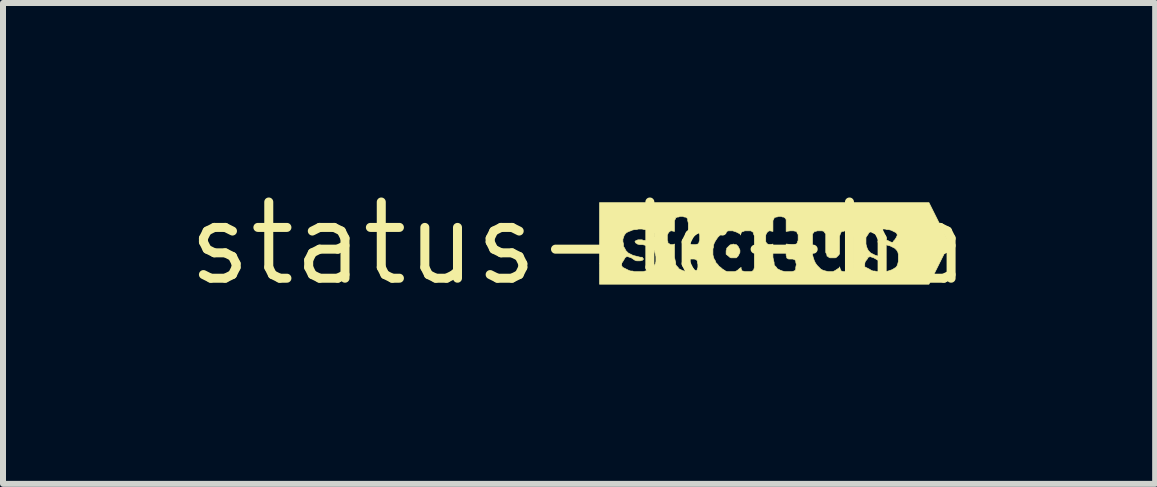
<source format=kicad_pcb>
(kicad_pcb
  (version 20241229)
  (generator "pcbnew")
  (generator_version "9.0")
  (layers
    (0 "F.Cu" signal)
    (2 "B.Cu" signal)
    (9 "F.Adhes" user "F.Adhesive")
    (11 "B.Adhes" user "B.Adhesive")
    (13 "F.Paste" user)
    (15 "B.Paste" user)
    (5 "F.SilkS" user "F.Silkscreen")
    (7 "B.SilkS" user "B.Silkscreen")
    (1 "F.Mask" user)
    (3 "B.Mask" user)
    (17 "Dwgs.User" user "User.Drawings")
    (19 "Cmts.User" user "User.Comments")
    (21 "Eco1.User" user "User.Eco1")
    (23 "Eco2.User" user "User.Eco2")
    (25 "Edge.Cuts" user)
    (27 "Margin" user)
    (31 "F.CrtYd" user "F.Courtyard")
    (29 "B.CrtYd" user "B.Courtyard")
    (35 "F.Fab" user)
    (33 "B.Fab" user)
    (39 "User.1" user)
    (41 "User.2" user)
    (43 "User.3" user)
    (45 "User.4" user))
  (footprint "status-lc-ha"
    (layer "F.Cu")
    (at 6.599 1.006)
    (property "Reference" "status-lc-ha" (at 0 0 0) (layer "F.SilkS") (effects (font (size 1.27 1.27) (thickness 0.15))))
    (attr board_only exclude_from_pos_files exclude_from_bom)
    (fp_poly (pts (xy 2.45 0.18) (xy 2.5 0.22) (xy 2.51 0.23) (xy 2.53 0.24) (xy 2.55 0.24) (xy 2.57 0.24) (xy 2.59 0.24) (xy 2.62 0.24) (xy 2.63 0.23) (xy 2.65 0.21) (xy 2.66 0.19) (xy 2.67 0.17) (xy 2.68 0.15) (xy 2.68 0.13) (xy 2.68 0.11) (xy 2.67 0.09) (xy 2.66 0.07) (xy 2.65 0.05) (xy 2.63 0.03) (xy 2.62 0.02) (xy 2.59 0.02) (xy 2.57 0.01) (xy 2.55 0.02) (xy 2.53 0.02) (xy 2.51 0.03) (xy 2.49 0.05) (xy 2.48 0.06) (xy 2.46 0.08) (xy 2.46 0.1) (xy 2.45 0.12) (xy 2.45 0.18)) (stroke (width 0.01) (type solid)) (fill yes) (layer "F.SilkS"))
    (fp_poly (pts (xy 0.68 -0.68) (xy 0.34 -0.68) (xy 0.34 0.68) (xy 0.72 0.39) (xy 0.71 0.37) (xy 0.71 0.35) (xy 0.71 0.33) (xy 0.73 0.3) (xy 0.76 0.25) (xy 0.77 0.23) (xy 0.78 0.23) (xy 0.79 0.22) (xy 0.81 0.22) (xy 0.84 0.23) (xy 0.87 0.24) (xy 0.93 0.28) (xy 0.96 0.29) (xy 0.98 0.29) (xy 1.02 0.29) (xy 1.05 0.28) (xy 1.06 0.28) (xy 1.06 0.27) (xy 1.07 0.27) (xy 1.07 0.26) (xy 1.07 0.25) (xy 1.06 0.25) (xy 1.06 0.24) (xy 1.05 0.23) (xy 1.02 0.23) (xy 0.98 0.22) (xy 0.94 0.21) (xy 0.9 0.2) (xy 0.86 0.18) (xy 0.82 0.16) (xy 0.8 0.14) (xy 0.78 0.12) (xy 0.76 0.08) (xy 0.74 0.05) (xy 0.74 0.01) (xy 0.73 -0.03) (xy 0.73 -0.07) (xy 0.74 -0.1) (xy 0.75 -0.13) (xy 0.77 -0.16) (xy 0.79 -0.18) (xy 0.81 -0.19) (xy 0.83 -0.2) (xy 0.86 -0.21) (xy 0.88 -0.22) (xy 0.92 -0.23) (xy 0.95 -0.23) (xy 0.99 -0.24) (xy 1.05 -0.24) (xy 1.09 -0.23) (xy 1.12 -0.23) (xy 1.15 -0.22) (xy 1.19 -0.2) (xy 1.22 -0.19) (xy 1.23 -0.18) (xy 1.25 -0.17) (xy 1.25 -0.15) (xy 1.25 -0.13) (xy 1.47 -0.14) (xy 1.48 -0.16) (xy 1.49 -0.18) (xy 1.51 -0.2) (xy 1.53 -0.21) (xy 1.54 -0.21) (xy 1.59 -0.2) (xy 1.59 -0.38) (xy 1.6 -0.4) (xy 1.61 -0.42) (xy 1.61 -0.43) (xy 1.62 -0.43) (xy 1.64 -0.44) (xy 1.66 -0.44) (xy 1.68 -0.45) (xy 1.71 -0.45) (xy 1.73 -0.45) (xy 1.75 -0.44) (xy 1.77 -0.44) (xy 1.79 -0.43) (xy 1.8 -0.42) (xy 1.81 -0.41) (xy 1.81 -0.4) (xy 1.81 -0.38) (xy 1.82 -0.34) (xy 1.82 -0.2) (xy 1.89 -0.21) (xy 1.94 -0.21) (xy 1.98 -0.2) (xy 1.99 -0.19) (xy 2 -0.18) (xy 2 -0.16) (xy 2.01 -0.15) (xy 2.01 -0.1) (xy 2.01 -0.05) (xy 2 -0.03) (xy 2.24 0.03) (xy 2.25 0) (xy 2.27 -0.04) (xy 2.29 -0.07) (xy 2.31 -0.1) (xy 2.34 -0.13) (xy 2.37 -0.15) (xy 2.4 -0.17) (xy 2.43 -0.19) (xy 2.46 -0.2) (xy 2.49 -0.21) (xy 2.53 -0.21) (xy 2.56 -0.21) (xy 2.59 -0.2) (xy 2.62 -0.19) (xy 2.66 -0.17) (xy 2.68 -0.16) (xy 2.69 -0.14) (xy 2.69 -0.15) (xy 2.7 -0.17) (xy 2.7 -0.18) (xy 2.71 -0.19) (xy 2.73 -0.2) (xy 2.74 -0.2) (xy 2.76 -0.21) (xy 2.78 -0.21) (xy 2.84 -0.21) (xy 2.86 -0.21) (xy 2.88 -0.2) (xy 2.89 -0.19) (xy 2.9 -0.19) (xy 2.91 -0.15) (xy 2.92 -0.13) (xy 2.92 -0.1) (xy 3.11 -0.09) (xy 3.11 -0.14) (xy 3.12 -0.16) (xy 3.13 -0.18) (xy 3.15 -0.2) (xy 3.17 -0.21) (xy 3.18 -0.21) (xy 3.23 -0.2) (xy 3.23 -0.38) (xy 3.24 -0.4) (xy 3.25 -0.42) (xy 3.25 -0.43) (xy 3.26 -0.43) (xy 3.28 -0.44) (xy 3.3 -0.44) (xy 3.32 -0.45) (xy 3.35 -0.45) (xy 3.37 -0.45) (xy 3.39 -0.44) (xy 3.41 -0.44) (xy 3.42 -0.43) (xy 3.44 -0.42) (xy 3.44 -0.41) (xy 3.45 -0.4) (xy 3.45 -0.38) (xy 3.45 -0.34) (xy 3.45 -0.2) (xy 3.52 -0.21) (xy 3.57 -0.21) (xy 3.62 -0.2) (xy 3.63 -0.19) (xy 3.63 -0.18) (xy 3.64 -0.16) (xy 3.65 -0.15) (xy 3.65 -0.1) (xy 3.89 -0.14) (xy 3.89 -0.15) (xy 3.89 -0.16) (xy 3.91 -0.18) (xy 3.92 -0.2) (xy 3.94 -0.2) (xy 3.97 -0.21) (xy 4.01 -0.21) (xy 4.05 -0.21) (xy 4.08 -0.2) (xy 4.09 -0.19) (xy 4.09 -0.18) (xy 4.1 -0.17) (xy 4.11 -0.16) (xy 4.11 -0.13) (xy 4.11 0.13) (xy 4.11 0.15) (xy 4.12 0.17) (xy 4.13 0.19) (xy 4.13 0.21) (xy 4.15 0.22) (xy 4.16 0.23) (xy 4.18 0.24) (xy 4.19 0.24) (xy 4.21 0.24) (xy 4.24 0.24) (xy 4.25 0.24) (xy 4.27 0.24) (xy 4.29 0.23) (xy 4.3 0.22) (xy 4.31 0.21) (xy 4.32 0.2) (xy 4.33 0.19) (xy 4.34 0.17) (xy 4.34 0.15) (xy 4.34 0.13) (xy 4.34 -0.12) (xy 4.35 -0.15) (xy 4.36 -0.18) (xy 4.37 -0.19) (xy 4.38 -0.2) (xy 4.4 -0.2) (xy 4.43 -0.21) (xy 4.46 -0.21) (xy 4.49 -0.21) (xy 4.52 -0.2) (xy 4.54 -0.2) (xy 4.55 -0.19) (xy 4.56 -0.18) (xy 4.57 -0.14) (xy 4.57 -0.11) (xy 4.57 0.37) (xy 4.76 0.35) (xy 4.76 0.33) (xy 4.77 0.3) (xy 4.81 0.25) (xy 4.81 0.23) (xy 4.83 0.23) (xy 4.84 0.22) (xy 4.85 0.22) (xy 4.88 0.23) (xy 4.91 0.24) (xy 4.98 0.28) (xy 5 0.29) (xy 5.02 0.29) (xy 5.06 0.29) (xy 5.09 0.28) (xy 5.1 0.28) (xy 5.11 0.27) (xy 5.11 0.26) (xy 5.11 0.25) (xy 5.1 0.24) (xy 5.09 0.23) (xy 5.07 0.23) (xy 5.02 0.22) (xy 4.98 0.21) (xy 4.94 0.2) (xy 4.9 0.18) (xy 4.86 0.16) (xy 4.84 0.14) (xy 4.82 0.12) (xy 4.8 0.08) (xy 4.79 0.05) (xy 4.78 0.01) (xy 4.78 -0.03) (xy 4.78 -0.07) (xy 4.78 -0.1) (xy 4.8 -0.13) (xy 4.82 -0.16) (xy 4.83 -0.18) (xy 4.85 -0.19) (xy 4.88 -0.2) (xy 4.9 -0.21) (xy 4.93 -0.22) (xy 4.96 -0.23) (xy 4.99 -0.23) (xy 5.03 -0.24) (xy 5.1 -0.24) (xy 5.13 -0.23) (xy 5.16 -0.23) (xy 5.2 -0.22) (xy 5.24 -0.2) (xy 5.26 -0.19) (xy 5.28 -0.18) (xy 5.29 -0.17) (xy 5.3 -0.15) (xy 5.3 -0.13) (xy 5.29 -0.11) (xy 5.28 -0.09) (xy 5.26 -0.06) (xy 5.24 -0.04) (xy 5.23 -0.02) (xy 5.21 -0.02) (xy 5.2 -0.02) (xy 5.18 -0.03) (xy 5.14 -0.05) (xy 5.12 -0.05) (xy 5.09 -0.06) (xy 5.06 -0.06) (xy 5.03 -0.06) (xy 5 -0.05) (xy 4.99 -0.05) (xy 4.98 -0.04) (xy 4.98 -0.03) (xy 4.98 -0.02) (xy 4.99 -0.01) (xy 5 0) (xy 5.02 0.01) (xy 5.05 0.02) (xy 5.11 0.02) (xy 5.14 0.03) (xy 5.18 0.04) (xy 5.22 0.06) (xy 5.24 0.07) (xy 5.26 0.08) (xy 5.28 0.1) (xy 5.29 0.11) (xy 5.31 0.14) (xy 5.32 0.18) (xy 5.32 0.22) (xy 5.32 0.26) (xy 5.32 0.3) (xy 5.31 0.34) (xy 5.3 0.37) (xy 5.28 0.4) (xy 5.26 0.41) (xy 5.23 0.43) (xy 5.21 0.44) (xy 5.18 0.45) (xy 5.15 0.46) (xy 5.11 0.47) (xy 5.07 0.47) (xy 5.03 0.47) (xy 5 0.47) (xy 4.96 0.47) (xy 4.93 0.46) (xy 4.9 0.46) (xy 4.87 0.45) (xy 4.84 0.43) (xy 4.78 0.4) (xy 4.76 0.39) (xy 4.76 0.37) (xy 4.76 0.35) (xy 4.57 0.37) (xy 4.57 0.4) (xy 4.56 0.44) (xy 4.55 0.45) (xy 4.54 0.46) (xy 4.52 0.47) (xy 4.5 0.47) (xy 4.48 0.47) (xy 4.45 0.47) (xy 4.42 0.47) (xy 4.4 0.47) (xy 4.37 0.46) (xy 4.36 0.45) (xy 4.36 0.44) (xy 4.35 0.43) (xy 4.35 0.42) (xy 4.34 0.39) (xy 4.34 0.4) (xy 4.33 0.41) (xy 4.3 0.43) (xy 4.27 0.45) (xy 4.25 0.46) (xy 4.23 0.47) (xy 4.21 0.47) (xy 4.19 0.47) (xy 4.15 0.47) (xy 4.11 0.46) (xy 4.07 0.45) (xy 4.03 0.43) (xy 4 0.4) (xy 3.97 0.37) (xy 3.94 0.33) (xy 3.92 0.29) (xy 3.91 0.26) (xy 3.9 0.23) (xy 3.89 0.19) (xy 3.89 0.16) (xy 3.89 -0.14) (xy 3.65 -0.1) (xy 3.65 -0.05) (xy 3.64 -0.03) (xy 3.64 -0.02) (xy 3.63 0) (xy 3.62 0.01) (xy 3.58 0.02) (xy 3.54 0.02) (xy 3.45 0.01) (xy 3.45 0.2) (xy 3.46 0.22) (xy 3.46 0.24) (xy 3.47 0.25) (xy 3.48 0.25) (xy 3.49 0.26) (xy 3.54 0.26) (xy 3.56 0.26) (xy 3.59 0.27) (xy 3.6 0.28) (xy 3.61 0.29) (xy 3.61 0.31) (xy 3.62 0.35) (xy 3.61 0.4) (xy 3.61 0.42) (xy 3.61 0.43) (xy 3.6 0.45) (xy 3.58 0.46) (xy 3.55 0.47) (xy 3.53 0.47) (xy 3.48 0.47) (xy 3.43 0.47) (xy 3.39 0.46) (xy 3.36 0.45) (xy 3.34 0.44) (xy 3.32 0.43) (xy 3.3 0.42) (xy 3.29 0.4) (xy 3.27 0.38) (xy 3.26 0.37) (xy 3.25 0.35) (xy 3.25 0.32) (xy 3.24 0.28) (xy 3.23 0.23) (xy 3.23 0.01) (xy 3.2 0.02) (xy 3.17 0.02) (xy 3.16 0.02) (xy 3.14 0.01) (xy 3.13 0) (xy 3.12 -0.01) (xy 3.11 -0.03) (xy 3.11 -0.05) (xy 3.11 -0.09) (xy 2.92 -0.1) (xy 2.92 0.36) (xy 2.92 0.4) (xy 2.91 0.44) (xy 2.9 0.45) (xy 2.89 0.46) (xy 2.87 0.47) (xy 2.85 0.47) (xy 2.83 0.47) (xy 2.81 0.47) (xy 2.78 0.47) (xy 2.76 0.47) (xy 2.73 0.46) (xy 2.72 0.46) (xy 2.71 0.45) (xy 2.71 0.44) (xy 2.7 0.43) (xy 2.7 0.41) (xy 2.7 0.4) (xy 2.67 0.42) (xy 2.65 0.44) (xy 2.62 0.46) (xy 2.59 0.47) (xy 2.55 0.47) (xy 2.51 0.47) (xy 2.47 0.47) (xy 2.44 0.46) (xy 2.41 0.44) (xy 2.38 0.42) (xy 2.36 0.4) (xy 2.33 0.38) (xy 2.31 0.35) (xy 2.28 0.32) (xy 2.27 0.29) (xy 2.25 0.26) (xy 2.24 0.23) (xy 2.23 0.19) (xy 2.23 0.16) (xy 2.23 0.13) (xy 2.23 0.09) (xy 2.24 0.06) (xy 2.24 0.03) (xy 2 -0.03) (xy 2 -0.02) (xy 1.99 0) (xy 1.98 0.01) (xy 1.94 0.02) (xy 1.9 0.02) (xy 1.82 0.01) (xy 1.82 0.2) (xy 1.82 0.22) (xy 1.82 0.24) (xy 1.83 0.25) (xy 1.84 0.25) (xy 1.85 0.26) (xy 1.9 0.26) (xy 1.92 0.26) (xy 1.95 0.27) (xy 1.96 0.28) (xy 1.97 0.29) (xy 1.97 0.31) (xy 1.98 0.35) (xy 1.98 0.4) (xy 1.97 0.42) (xy 1.97 0.43) (xy 1.96 0.45) (xy 1.94 0.46) (xy 1.91 0.47) (xy 1.89 0.47) (xy 1.84 0.47) (xy 1.79 0.47) (xy 1.75 0.46) (xy 1.72 0.45) (xy 1.7 0.44) (xy 1.68 0.43) (xy 1.66 0.42) (xy 1.65 0.4) (xy 1.63 0.38) (xy 1.62 0.37) (xy 1.61 0.35) (xy 1.61 0.32) (xy 1.6 0.28) (xy 1.59 0.23) (xy 1.59 0.01) (xy 1.56 0.02) (xy 1.53 0.02) (xy 1.52 0.02) (xy 1.51 0.01) (xy 1.49 0) (xy 1.48 -0.01) (xy 1.48 -0.03) (xy 1.47 -0.05) (xy 1.47 -0.09) (xy 1.47 -0.14) (xy 1.25 -0.13) (xy 1.25 -0.11) (xy 1.24 -0.09) (xy 1.22 -0.06) (xy 1.2 -0.04) (xy 1.18 -0.02) (xy 1.17 -0.02) (xy 1.16 -0.02) (xy 1.14 -0.03) (xy 1.1 -0.05) (xy 1.07 -0.05) (xy 1.05 -0.06) (xy 1.02 -0.06) (xy 0.98 -0.06) (xy 0.96 -0.05) (xy 0.95 -0.05) (xy 0.94 -0.04) (xy 0.93 -0.03) (xy 0.94 -0.02) (xy 0.94 -0.01) (xy 0.96 0) (xy 0.97 0.01) (xy 1.01 0.02) (xy 1.06 0.02) (xy 1.1 0.03) (xy 1.14 0.04) (xy 1.18 0.06) (xy 1.2 0.07) (xy 1.22 0.08) (xy 1.23 0.1) (xy 1.25 0.11) (xy 1.26 0.14) (xy 1.27 0.18) (xy 1.28 0.22) (xy 1.28 0.26) (xy 1.28 0.3) (xy 1.27 0.34) (xy 1.25 0.37) (xy 1.23 0.4) (xy 1.21 0.41) (xy 1.19 0.43) (xy 1.17 0.44) (xy 1.14 0.45) (xy 1.1 0.46) (xy 1.07 0.47) (xy 1.03 0.47) (xy 0.98 0.47) (xy 0.95 0.47) (xy 0.92 0.47) (xy 0.89 0.46) (xy 0.86 0.46) (xy 0.83 0.45) (xy 0.79 0.43) (xy 0.73 0.4) (xy 0.72 0.39) (xy 0.34 0.68) (xy 5.83 0.68) (xy 6.17 0) (xy 5.83 -0.68) (xy 0.68 -0.68)) (stroke (width 0.01) (type solid)) (fill yes) (layer "F.SilkS")))
  (gr_rect
    (start -3 -3)
    (end 16.198 5.012)
    (stroke (width 0.1) (type default))
    (fill no)
    (layer "Edge.Cuts")))
</source>
